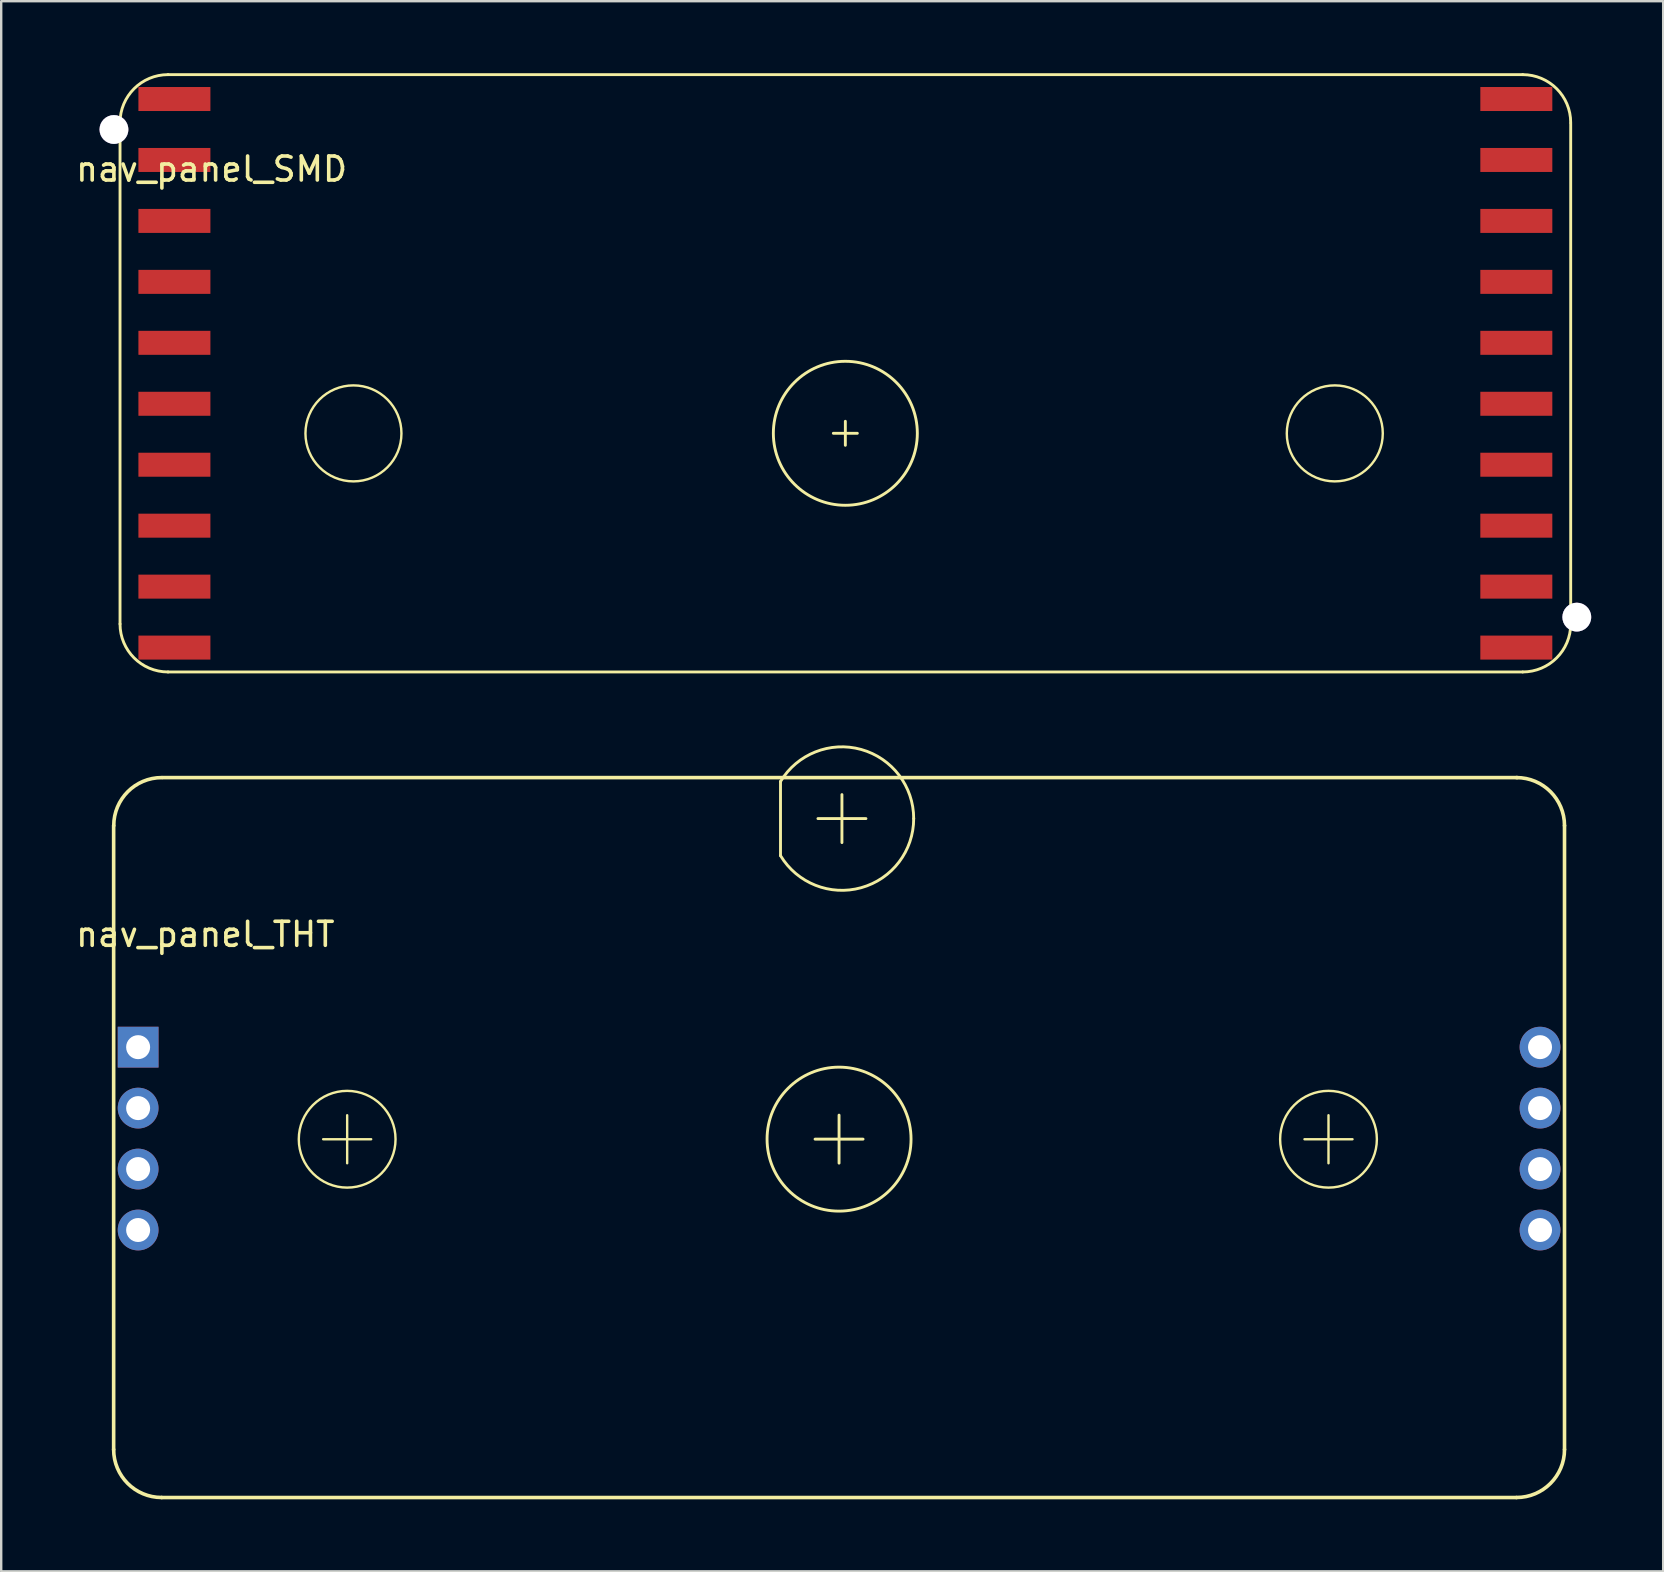
<source format=kicad_pcb>
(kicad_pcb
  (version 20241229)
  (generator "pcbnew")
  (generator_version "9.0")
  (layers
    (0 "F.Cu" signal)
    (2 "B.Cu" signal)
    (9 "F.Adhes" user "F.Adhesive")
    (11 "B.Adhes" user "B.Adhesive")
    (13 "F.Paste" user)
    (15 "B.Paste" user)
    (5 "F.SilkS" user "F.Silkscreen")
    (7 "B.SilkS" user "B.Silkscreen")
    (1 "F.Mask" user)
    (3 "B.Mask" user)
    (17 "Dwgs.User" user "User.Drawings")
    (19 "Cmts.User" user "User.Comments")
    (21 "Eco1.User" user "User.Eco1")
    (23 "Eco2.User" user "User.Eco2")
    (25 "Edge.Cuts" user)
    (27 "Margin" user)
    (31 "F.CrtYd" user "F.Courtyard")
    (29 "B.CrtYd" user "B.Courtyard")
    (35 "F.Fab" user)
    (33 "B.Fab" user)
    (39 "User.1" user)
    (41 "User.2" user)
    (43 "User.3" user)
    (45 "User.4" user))
  (footprint "nav_panel_SMD"
    (layer "F.Cu")
    (at 2.968 8.696)
    (property "Reference" "nav_panel_SMD" (at 2.8 -4.7 0) (layer "F.SilkS") (effects (font (size 1 1) (thickness 0.15))))
    (attr through_hole)
    (fp_line (start -1.016 14.256) (end -1.016 -6.604) (stroke (width 0.12) (type solid)) (layer "F.SilkS"))
    (fp_line (start 0.984 -8.636) (end 57.436 -8.636) (stroke (width 0.12) (type solid)) (layer "F.SilkS"))
    (fp_line (start 28.709 6.31) (end 29.709 6.31) (stroke (width 0.12) (type solid)) (layer "F.SilkS"))
    (fp_line (start 29.209 5.81) (end 29.209 6.81) (stroke (width 0.12) (type solid)) (layer "F.SilkS"))
    (fp_line (start 57.436 16.256) (end 0.984 16.256) (stroke (width 0.12) (type solid)) (layer "F.SilkS"))
    (fp_line (start 59.436 -6.604) (end 59.436 14.256) (stroke (width 0.12) (type solid)) (layer "F.SilkS"))
    (fp_arc (start -1.016 -6.636) (mid -0.430214 -8.050214) (end 0.984 -8.636) (stroke (width 0.12) (type solid)) (layer "F.SilkS"))
    (fp_arc (start 0.984 16.256) (mid -0.430214 15.670214) (end -1.016 14.256) (stroke (width 0.12) (type solid)) (layer "F.SilkS"))
    (fp_arc (start 57.436 -8.636) (mid 58.850214 -8.050214) (end 59.436 -6.636) (stroke (width 0.12) (type solid)) (layer "F.SilkS"))
    (fp_arc (start 59.436 14.256) (mid 58.850214 15.670214) (end 57.436 16.256) (stroke (width 0.12) (type solid)) (layer "F.SilkS"))
    (fp_circle (center 8.711 6.314) (end 6.711 6.314) (stroke (width 0.1) (type solid)) (fill no) (layer "F.SilkS"))
    (fp_circle (center 29.209 6.31) (end 32.209 6.31) (stroke (width 0.12) (type solid)) (fill no) (layer "F.SilkS"))
    (fp_circle (center 49.605 6.314) (end 47.605 6.314) (stroke (width 0.1) (type solid)) (fill no) (layer "F.SilkS"))
    (pad "" thru_hole oval (at -1.27 -6.35) (size 1.2 1.2) (drill 1.2) (layers "*.Cu" "*.Mask"))
    (pad "" smd rect (at 1.25 -7.62) (size 3 1) (layers "F.Cu" "F.Mask" "F.Paste"))
    (pad "" smd rect (at 1.25 -5.08) (size 3 1) (layers "F.Cu" "F.Mask" "F.Paste"))
    (pad "" smd rect (at 1.25 -2.54) (size 3 1) (layers "F.Cu" "F.Mask" "F.Paste"))
    (pad "" smd rect (at 1.25 10.16) (size 3 1) (layers "F.Cu" "F.Mask" "F.Paste"))
    (pad "" smd rect (at 1.25 12.7) (size 3 1) (layers "F.Cu" "F.Mask" "F.Paste"))
    (pad "" smd rect (at 1.25 15.24) (size 3 1) (layers "F.Cu" "F.Mask" "F.Paste"))
    (pad "" smd rect (at 57.17 -7.62) (size 3 1) (layers "F.Cu" "F.Mask" "F.Paste"))
    (pad "" smd rect (at 57.17 -5.08) (size 3 1) (layers "F.Cu" "F.Mask" "F.Paste"))
    (pad "" smd rect (at 57.17 -2.54) (size 3 1) (layers "F.Cu" "F.Mask" "F.Paste"))
    (pad "" smd rect (at 57.17 10.16) (size 3 1) (layers "F.Cu" "F.Mask" "F.Paste"))
    (pad "" smd rect (at 57.17 12.7) (size 3 1) (layers "F.Cu" "F.Mask" "F.Paste"))
    (pad "" smd rect (at 57.17 15.24) (size 3 1) (layers "F.Cu" "F.Mask" "F.Paste"))
    (pad "" thru_hole oval (at 59.69 13.97) (size 1.2 1.2) (drill 1.2) (layers "*.Cu" "*.Mask"))
    (pad "1" smd rect (at 1.25 0) (size 3 1) (layers "F.Cu" "F.Mask" "F.Paste"))
    (pad "2" smd rect (at 1.25 2.54) (size 3 1) (layers "F.Cu" "F.Mask" "F.Paste"))
    (pad "3" smd rect (at 1.25 5.08) (size 3 1) (layers "F.Cu" "F.Mask" "F.Paste"))
    (pad "4" smd rect (at 1.25 7.62) (size 3 1) (layers "F.Cu" "F.Mask" "F.Paste"))
    (pad "5" smd rect (at 57.17 7.62) (size 3 1) (layers "F.Cu" "F.Mask" "F.Paste"))
    (pad "6" smd rect (at 57.17 5.08) (size 3 1) (layers "F.Cu" "F.Mask" "F.Paste"))
    (pad "7" smd rect (at 57.17 2.54) (size 3 1) (layers "F.Cu" "F.Mask" "F.Paste"))
    (pad "8" smd rect (at 57.17 0) (size 3 1) (layers "F.Cu" "F.Mask" "F.Paste")))
  (footprint "nav_panel_THT"
    (layer "F.Cu")
    (at 2.706 40.587)
    (property "Reference" "nav_panel_THT" (at 2.8 -4.7 0) (layer "F.SilkS") (effects (font (size 1 1) (thickness 0.15))))
    (attr through_hole)
    (fp_line (start -1.02 16.767) (end -1.02 -9.233) (stroke (width 0.15) (type solid)) (layer "F.SilkS"))
    (fp_line (start 1.016 -11.233) (end 57.468 -11.233) (stroke (width 0.15) (type solid)) (layer "F.SilkS"))
    (fp_line (start 7.711 3.837) (end 9.711 3.837) (stroke (width 0.1) (type solid)) (layer "F.SilkS"))
    (fp_line (start 8.711 2.837) (end 8.711 4.838) (stroke (width 0.1) (type solid)) (layer "F.SilkS"))
    (fp_line (start 26.769 -11.07) (end 26.769 -7.98) (stroke (width 0.12) (type solid)) (layer "F.SilkS"))
    (fp_line (start 28.209 3.833) (end 30.209 3.833) (stroke (width 0.12) (type solid)) (layer "F.SilkS"))
    (fp_line (start 28.329 -9.525) (end 30.329 -9.525) (stroke (width 0.12) (type solid)) (layer "F.SilkS"))
    (fp_line (start 29.209 2.833) (end 29.209 4.833) (stroke (width 0.12) (type solid)) (layer "F.SilkS"))
    (fp_line (start 29.329 -10.525) (end 29.329 -8.525) (stroke (width 0.12) (type solid)) (layer "F.SilkS"))
    (fp_line (start 48.605 3.837) (end 50.605 3.837) (stroke (width 0.1) (type solid)) (layer "F.SilkS"))
    (fp_line (start 49.605 2.837) (end 49.605 4.838) (stroke (width 0.1) (type solid)) (layer "F.SilkS"))
    (fp_line (start 57.436 18.767) (end 0.98 18.767) (stroke (width 0.15) (type solid)) (layer "F.SilkS"))
    (fp_line (start 59.44 -9.233) (end 59.44 16.767) (stroke (width 0.15) (type solid)) (layer "F.SilkS"))
    (fp_arc (start -1.016 -9.233) (mid -0.430214 -10.647214) (end 0.984 -11.233) (stroke (width 0.15) (type solid)) (layer "F.SilkS"))
    (fp_arc (start 0.98 18.767) (mid -0.434214 18.181214) (end -1.02 16.767) (stroke (width 0.15) (type solid)) (layer "F.SilkS"))
    (fp_arc (start 26.7692 -11.06983) (mid 30.131202 -12.405433) (end 32.3192 -9.524538) (stroke (width 0.12) (type solid)) (layer "F.SilkS"))
    (fp_arc (start 32.3192 -9.525462) (mid 30.131202 -6.644567) (end 26.7692 -7.98017) (stroke (width 0.12) (type solid)) (layer "F.SilkS"))
    (fp_arc (start 57.44 -11.233) (mid 58.854214 -10.647214) (end 59.44 -9.233) (stroke (width 0.15) (type solid)) (layer "F.SilkS"))
    (fp_arc (start 59.44 16.767) (mid 58.854214 18.181214) (end 57.44 18.767) (stroke (width 0.15) (type solid)) (layer "F.SilkS"))
    (fp_circle (center 8.711 3.837) (end 6.711 4.088) (stroke (width 0.1) (type solid)) (fill no) (layer "F.SilkS"))
    (fp_circle (center 29.209 3.833) (end 32.209 3.833) (stroke (width 0.12) (type solid)) (fill no) (layer "F.SilkS"))
    (fp_circle (center 49.605 3.837) (end 47.605 4.088) (stroke (width 0.1) (type solid)) (fill no) (layer "F.SilkS"))
    (pad "1" thru_hole rect (at 0 0) (size 1.7 1.7) (drill 1) (layers "*.Cu" "*.Mask"))
    (pad "2" thru_hole oval (at 0 2.54) (size 1.7 1.7) (drill 1) (layers "*.Cu" "*.Mask"))
    (pad "3" thru_hole oval (at 0 5.08) (size 1.7 1.7) (drill 1) (layers "*.Cu" "*.Mask"))
    (pad "4" thru_hole oval (at 0 7.62) (size 1.7 1.7) (drill 1) (layers "*.Cu" "*.Mask"))
    (pad "5" thru_hole oval (at 58.42 7.62) (size 1.7 1.7) (drill 1) (layers "*.Cu" "*.Mask"))
    (pad "6" thru_hole oval (at 58.42 5.08) (size 1.7 1.7) (drill 1) (layers "*.Cu" "*.Mask"))
    (pad "7" thru_hole oval (at 58.42 2.54) (size 1.7 1.7) (drill 1) (layers "*.Cu" "*.Mask"))
    (pad "8" thru_hole oval (at 58.42 0) (size 1.7 1.7) (drill 1) (layers "*.Cu" "*.Mask")))
  (gr_rect
    (start -3 -3)
    (end 66.258 62.429)
    (stroke (width 0.1) (type default))
    (fill no)
    (layer "Edge.Cuts")))
</source>
